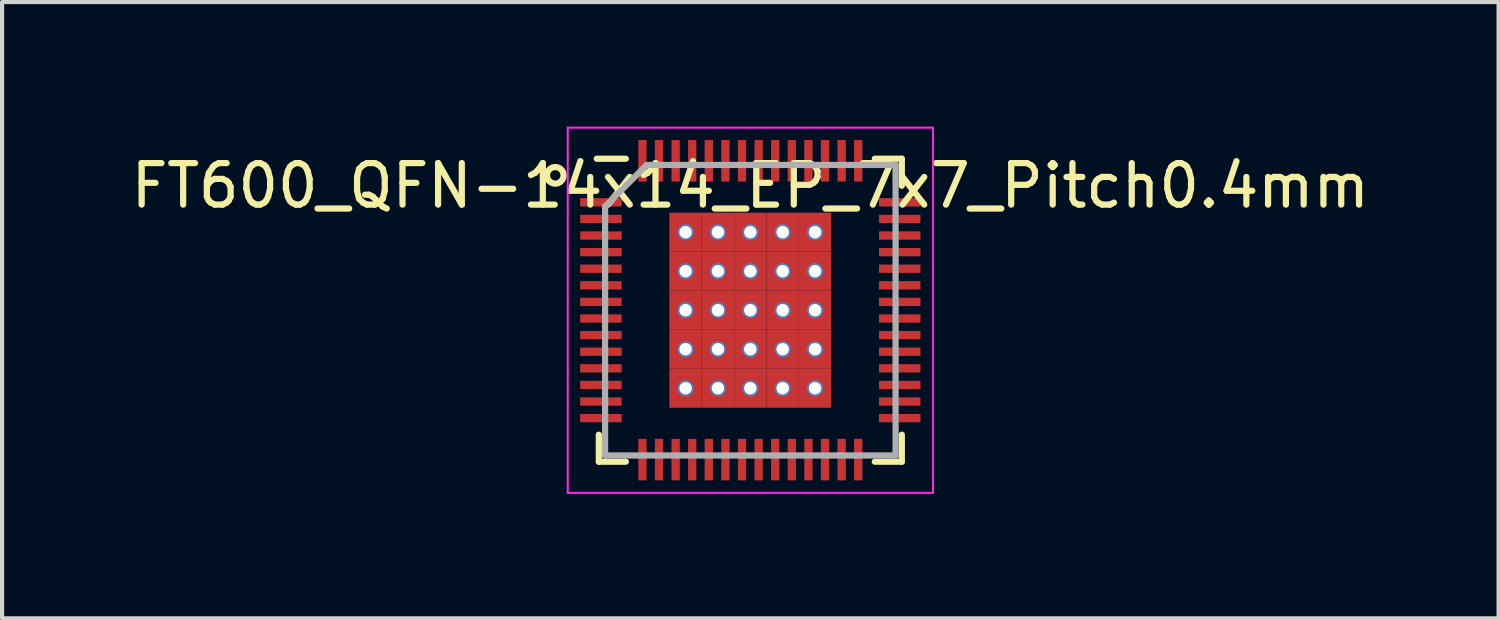
<source format=kicad_pcb>
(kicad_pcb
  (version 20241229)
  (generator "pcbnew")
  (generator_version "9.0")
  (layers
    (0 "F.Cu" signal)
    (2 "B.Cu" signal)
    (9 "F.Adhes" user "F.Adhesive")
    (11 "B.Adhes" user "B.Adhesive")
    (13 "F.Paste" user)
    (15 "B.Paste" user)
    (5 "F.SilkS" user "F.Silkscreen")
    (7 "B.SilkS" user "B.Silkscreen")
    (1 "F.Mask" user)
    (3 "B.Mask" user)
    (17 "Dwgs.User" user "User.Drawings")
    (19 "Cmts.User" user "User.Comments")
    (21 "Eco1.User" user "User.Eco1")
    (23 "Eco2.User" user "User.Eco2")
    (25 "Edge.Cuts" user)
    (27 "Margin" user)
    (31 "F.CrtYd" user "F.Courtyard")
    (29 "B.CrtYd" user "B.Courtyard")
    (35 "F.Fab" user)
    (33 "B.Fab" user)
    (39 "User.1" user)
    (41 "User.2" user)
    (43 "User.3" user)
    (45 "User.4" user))
  (footprint "FT600_QFN-14x14_EP_7x7_Pitch0.4mm"
    (layer "F.Cu")
    (at 15.03 4.425)
    (property "Reference" "FT600_QFN-14x14_EP_7x7_Pitch0.4mm" (at 0 -3 0) (layer "F.SilkS") (effects (font (size 1 1) (thickness 0.15))))
    (attr through_hole)
    (fp_line (start -3.65 3.65) (end -3.65 3) (stroke (width 0.15) (type default)) (layer "F.SilkS"))
    (fp_line (start -3 -3.65) (end -3.7 -3.65) (stroke (width 0.15) (type default)) (layer "F.SilkS"))
    (fp_line (start -3 3.65) (end -3.65 3.65) (stroke (width 0.15) (type default)) (layer "F.SilkS"))
    (fp_line (start 3 -3.65) (end 3.65 -3.65) (stroke (width 0.15) (type default)) (layer "F.SilkS"))
    (fp_line (start 3 3.65) (end 3.65 3.65) (stroke (width 0.15) (type default)) (layer "F.SilkS"))
    (fp_line (start 3.65 -3.65) (end 3.65 -3) (stroke (width 0.15) (type default)) (layer "F.SilkS"))
    (fp_line (start 3.65 3.65) (end 3.65 3) (stroke (width 0.15) (type default)) (layer "F.SilkS"))
    (fp_circle (center -4.7 -3.25) (end -4.7 -3.05) (stroke (width 0.15) (type default)) (fill no) (layer "F.SilkS"))
    (fp_line (start -4.4 -4.4) (end 4.4 -4.4) (stroke (width 0.05) (type default)) (layer "F.CrtYd"))
    (fp_line (start -4.4 4.4) (end -4.4 -4.4) (stroke (width 0.05) (type default)) (layer "F.CrtYd"))
    (fp_line (start 4.4 -4.4) (end 4.4 4.4) (stroke (width 0.05) (type default)) (layer "F.CrtYd"))
    (fp_line (start 4.4 4.4) (end -4.4 4.4) (stroke (width 0.05) (type default)) (layer "F.CrtYd"))
    (fp_line (start -3.5 -2.5) (end -3.5 3.5) (stroke (width 0.15) (type default)) (layer "F.Fab"))
    (fp_line (start -3.5 3.5) (end 3.5 3.5) (stroke (width 0.15) (type default)) (layer "F.Fab"))
    (fp_line (start -2.5 -3.5) (end -3.5 -2.5) (stroke (width 0.15) (type default)) (layer "F.Fab"))
    (fp_line (start 3.5 -3.5) (end -2.5 -3.5) (stroke (width 0.15) (type default)) (layer "F.Fab"))
    (fp_line (start 3.5 3.5) (end 3.5 -3.5) (stroke (width 0.15) (type default)) (layer "F.Fab"))
    (pad "1" smd rect (at -3.6 -2.6 90) (size 0.2 1) (layers "F.Cu" "F.Mask" "F.Paste"))
    (pad "2" smd rect (at -3.6 -2.2 90) (size 0.2 1) (layers "F.Cu" "F.Mask" "F.Paste"))
    (pad "3" smd rect (at -3.6 -1.8 90) (size 0.2 1) (layers "F.Cu" "F.Mask" "F.Paste"))
    (pad "4" smd rect (at -3.6 -1.4 90) (size 0.2 1) (layers "F.Cu" "F.Mask" "F.Paste"))
    (pad "5" smd rect (at -3.6 -1 90) (size 0.2 1) (layers "F.Cu" "F.Mask" "F.Paste"))
    (pad "6" smd rect (at -3.6 -0.6 90) (size 0.2 1) (layers "F.Cu" "F.Mask" "F.Paste"))
    (pad "7" smd rect (at -3.6 -0.2 90) (size 0.2 1) (layers "F.Cu" "F.Mask" "F.Paste"))
    (pad "8" smd rect (at -3.6 0.2 90) (size 0.2 1) (layers "F.Cu" "F.Mask" "F.Paste"))
    (pad "9" smd rect (at -3.6 0.6 90) (size 0.2 1) (layers "F.Cu" "F.Mask" "F.Paste"))
    (pad "10" smd rect (at -3.6 1 90) (size 0.2 1) (layers "F.Cu" "F.Mask" "F.Paste"))
    (pad "11" smd rect (at -3.6 1.4 90) (size 0.2 1) (layers "F.Cu" "F.Mask" "F.Paste"))
    (pad "12" smd rect (at -3.6 1.8 90) (size 0.2 1) (layers "F.Cu" "F.Mask" "F.Paste"))
    (pad "13" smd rect (at -3.6 2.2 90) (size 0.2 1) (layers "F.Cu" "F.Mask" "F.Paste"))
    (pad "14" smd rect (at -3.6 2.6 90) (size 0.2 1) (layers "F.Cu" "F.Mask" "F.Paste"))
    (pad "15" smd rect (at -2.6 3.6) (size 0.2 1) (layers "F.Cu" "F.Mask" "F.Paste"))
    (pad "16" smd rect (at -2.2 3.6) (size 0.2 1) (layers "F.Cu" "F.Mask" "F.Paste"))
    (pad "17" smd rect (at -1.8 3.6) (size 0.2 1) (layers "F.Cu" "F.Mask" "F.Paste"))
    (pad "18" smd rect (at -1.4 3.6) (size 0.2 1) (layers "F.Cu" "F.Mask" "F.Paste"))
    (pad "19" smd rect (at -1 3.6) (size 0.2 1) (layers "F.Cu" "F.Mask" "F.Paste"))
    (pad "20" smd rect (at -0.6 3.6) (size 0.2 1) (layers "F.Cu" "F.Mask" "F.Paste"))
    (pad "21" smd rect (at -0.2 3.6) (size 0.2 1) (layers "F.Cu" "F.Mask" "F.Paste"))
    (pad "22" smd rect (at 0.2 3.6) (size 0.2 1) (layers "F.Cu" "F.Mask" "F.Paste"))
    (pad "23" smd rect (at 0.6 3.6) (size 0.2 1) (layers "F.Cu" "F.Mask" "F.Paste"))
    (pad "24" smd rect (at 1 3.6) (size 0.2 1) (layers "F.Cu" "F.Mask" "F.Paste"))
    (pad "25" smd rect (at 1.4 3.6) (size 0.2 1) (layers "F.Cu" "F.Mask" "F.Paste"))
    (pad "26" smd rect (at 1.8 3.6) (size 0.2 1) (layers "F.Cu" "F.Mask" "F.Paste"))
    (pad "27" smd rect (at 2.2 3.6) (size 0.2 1) (layers "F.Cu" "F.Mask" "F.Paste"))
    (pad "28" smd rect (at 2.6 3.6) (size 0.2 1) (layers "F.Cu" "F.Mask" "F.Paste"))
    (pad "29" smd rect (at 3.6 2.6 90) (size 0.2 1) (layers "F.Cu" "F.Mask" "F.Paste"))
    (pad "30" smd rect (at 3.6 2.2 90) (size 0.2 1) (layers "F.Cu" "F.Mask" "F.Paste"))
    (pad "31" smd rect (at 3.6 1.8 90) (size 0.2 1) (layers "F.Cu" "F.Mask" "F.Paste"))
    (pad "32" smd rect (at 3.6 1.4 90) (size 0.2 1) (layers "F.Cu" "F.Mask" "F.Paste"))
    (pad "33" smd rect (at 3.6 1 90) (size 0.2 1) (layers "F.Cu" "F.Mask" "F.Paste"))
    (pad "34" smd rect (at 3.6 0.6 90) (size 0.2 1) (layers "F.Cu" "F.Mask" "F.Paste"))
    (pad "35" smd rect (at 3.6 0.2 90) (size 0.2 1) (layers "F.Cu" "F.Mask" "F.Paste"))
    (pad "36" smd rect (at 3.6 -0.2 90) (size 0.2 1) (layers "F.Cu" "F.Mask" "F.Paste"))
    (pad "37" smd rect (at 3.6 -0.6 90) (size 0.2 1) (layers "F.Cu" "F.Mask" "F.Paste"))
    (pad "38" smd rect (at 3.6 -1 90) (size 0.2 1) (layers "F.Cu" "F.Mask" "F.Paste"))
    (pad "39" smd rect (at 3.6 -1.4 90) (size 0.2 1) (layers "F.Cu" "F.Mask" "F.Paste"))
    (pad "40" smd rect (at 3.6 -1.8 90) (size 0.2 1) (layers "F.Cu" "F.Mask" "F.Paste"))
    (pad "41" smd rect (at 3.6 -2.2 90) (size 0.2 1) (layers "F.Cu" "F.Mask" "F.Paste"))
    (pad "42" smd rect (at 3.6 -2.6 90) (size 0.2 1) (layers "F.Cu" "F.Mask" "F.Paste"))
    (pad "43" smd rect (at 2.6 -3.6) (size 0.2 1) (layers "F.Cu" "F.Mask" "F.Paste"))
    (pad "44" smd rect (at 2.2 -3.6) (size 0.2 1) (layers "F.Cu" "F.Mask" "F.Paste"))
    (pad "45" smd rect (at 1.8 -3.6) (size 0.2 1) (layers "F.Cu" "F.Mask" "F.Paste"))
    (pad "46" smd rect (at 1.4 -3.6) (size 0.2 1) (layers "F.Cu" "F.Mask" "F.Paste"))
    (pad "47" smd rect (at 1 -3.6) (size 0.2 1) (layers "F.Cu" "F.Mask" "F.Paste"))
    (pad "48" smd rect (at 0.6 -3.6) (size 0.2 1) (layers "F.Cu" "F.Mask" "F.Paste"))
    (pad "49" smd rect (at 0.2 -3.6) (size 0.2 1) (layers "F.Cu" "F.Mask" "F.Paste"))
    (pad "50" smd rect (at -0.2 -3.6) (size 0.2 1) (layers "F.Cu" "F.Mask" "F.Paste"))
    (pad "51" smd rect (at -0.6 -3.6) (size 0.2 1) (layers "F.Cu" "F.Mask" "F.Paste"))
    (pad "52" smd rect (at -1 -3.6) (size 0.2 1) (layers "F.Cu" "F.Mask" "F.Paste"))
    (pad "53" smd rect (at -1.4 -3.6) (size 0.2 1) (layers "F.Cu" "F.Mask" "F.Paste"))
    (pad "54" smd rect (at -1.8 -3.6) (size 0.2 1) (layers "F.Cu" "F.Mask" "F.Paste"))
    (pad "55" smd rect (at -2.2 -3.6) (size 0.2 1) (layers "F.Cu" "F.Mask" "F.Paste"))
    (pad "56" smd rect (at -2.6 -3.6) (size 0.2 1) (layers "F.Cu" "F.Mask" "F.Paste"))
    (pad "57" thru_hole circle (at -1.56 -1.88) (size 0.39 0.39) (drill 0.3) (layers "*.Cu" "*.Mask"))
    (pad "57" smd rect (at -1.56 -1.88) (size 0.78 0.94) (layers "F.Cu" "F.Mask" "F.Paste"))
    (pad "57" thru_hole circle (at -1.56 -0.94) (size 0.39 0.39) (drill 0.3) (layers "*.Cu" "*.Mask"))
    (pad "57" smd rect (at -1.56 -0.94) (size 0.78 0.94) (layers "F.Cu" "F.Mask" "F.Paste"))
    (pad "57" thru_hole circle (at -1.56 0) (size 0.39 0.39) (drill 0.3) (layers "*.Cu" "*.Mask"))
    (pad "57" smd rect (at -1.56 0) (size 0.78 0.94) (layers "F.Cu" "F.Mask" "F.Paste"))
    (pad "57" thru_hole circle (at -1.56 0.94) (size 0.39 0.39) (drill 0.3) (layers "*.Cu" "*.Mask"))
    (pad "57" smd rect (at -1.56 0.94) (size 0.78 0.94) (layers "F.Cu" "F.Mask" "F.Paste"))
    (pad "57" thru_hole circle (at -1.56 1.88) (size 0.39 0.39) (drill 0.3) (layers "*.Cu" "*.Mask"))
    (pad "57" smd rect (at -1.56 1.88) (size 0.78 0.94) (layers "F.Cu" "F.Mask" "F.Paste"))
    (pad "57" thru_hole circle (at -0.78 -1.88) (size 0.39 0.39) (drill 0.3) (layers "*.Cu" "*.Mask"))
    (pad "57" smd rect (at -0.78 -1.88) (size 0.78 0.94) (layers "F.Cu" "F.Mask" "F.Paste"))
    (pad "57" thru_hole circle (at -0.78 -0.94) (size 0.39 0.39) (drill 0.3) (layers "*.Cu" "*.Mask"))
    (pad "57" smd rect (at -0.78 -0.94) (size 0.78 0.94) (layers "F.Cu" "F.Mask" "F.Paste"))
    (pad "57" thru_hole circle (at -0.78 0) (size 0.39 0.39) (drill 0.3) (layers "*.Cu" "*.Mask"))
    (pad "57" smd rect (at -0.78 0) (size 0.78 0.94) (layers "F.Cu" "F.Mask" "F.Paste"))
    (pad "57" thru_hole circle (at -0.78 0.94) (size 0.39 0.39) (drill 0.3) (layers "*.Cu" "*.Mask"))
    (pad "57" smd rect (at -0.78 0.94) (size 0.78 0.94) (layers "F.Cu" "F.Mask" "F.Paste"))
    (pad "57" thru_hole circle (at -0.78 1.88) (size 0.39 0.39) (drill 0.3) (layers "*.Cu" "*.Mask"))
    (pad "57" smd rect (at -0.78 1.88) (size 0.78 0.94) (layers "F.Cu" "F.Mask" "F.Paste"))
    (pad "57" thru_hole circle (at 0 -1.88) (size 0.39 0.39) (drill 0.3) (layers "*.Cu" "*.Mask"))
    (pad "57" smd rect (at 0 -1.88) (size 0.78 0.94) (layers "F.Cu" "F.Mask" "F.Paste"))
    (pad "57" thru_hole circle (at 0 -0.94) (size 0.39 0.39) (drill 0.3) (layers "*.Cu" "*.Mask"))
    (pad "57" smd rect (at 0 -0.94) (size 0.78 0.94) (layers "F.Cu" "F.Mask" "F.Paste"))
    (pad "57" thru_hole circle (at 0 0) (size 0.39 0.39) (drill 0.3) (layers "*.Cu" "*.Mask"))
    (pad "57" smd rect (at 0 0) (size 0.78 0.94) (layers "F.Cu" "F.Mask" "F.Paste"))
    (pad "57" thru_hole circle (at 0 0.94) (size 0.39 0.39) (drill 0.3) (layers "*.Cu" "*.Mask"))
    (pad "57" smd rect (at 0 0.94) (size 0.78 0.94) (layers "F.Cu" "F.Mask" "F.Paste"))
    (pad "57" thru_hole circle (at 0 1.88) (size 0.39 0.39) (drill 0.3) (layers "*.Cu" "*.Mask"))
    (pad "57" smd rect (at 0 1.88) (size 0.78 0.94) (layers "F.Cu" "F.Mask" "F.Paste"))
    (pad "57" thru_hole circle (at 0.78 -1.88) (size 0.39 0.39) (drill 0.3) (layers "*.Cu" "*.Mask"))
    (pad "57" smd rect (at 0.78 -1.88) (size 0.78 0.94) (layers "F.Cu" "F.Mask" "F.Paste"))
    (pad "57" thru_hole circle (at 0.78 -0.94) (size 0.39 0.39) (drill 0.3) (layers "*.Cu" "*.Mask"))
    (pad "57" smd rect (at 0.78 -0.94) (size 0.78 0.94) (layers "F.Cu" "F.Mask" "F.Paste"))
    (pad "57" thru_hole circle (at 0.78 0) (size 0.39 0.39) (drill 0.3) (layers "*.Cu" "*.Mask"))
    (pad "57" smd rect (at 0.78 0) (size 0.78 0.94) (layers "F.Cu" "F.Mask" "F.Paste"))
    (pad "57" thru_hole circle (at 0.78 0.94) (size 0.39 0.39) (drill 0.3) (layers "*.Cu" "*.Mask"))
    (pad "57" smd rect (at 0.78 0.94) (size 0.78 0.94) (layers "F.Cu" "F.Mask" "F.Paste"))
    (pad "57" thru_hole circle (at 0.78 1.88) (size 0.39 0.39) (drill 0.3) (layers "*.Cu" "*.Mask"))
    (pad "57" smd rect (at 0.78 1.88) (size 0.78 0.94) (layers "F.Cu" "F.Mask" "F.Paste"))
    (pad "57" thru_hole circle (at 1.56 -1.88) (size 0.39 0.39) (drill 0.3) (layers "*.Cu" "*.Mask"))
    (pad "57" smd rect (at 1.56 -1.88) (size 0.78 0.94) (layers "F.Cu" "F.Mask" "F.Paste"))
    (pad "57" thru_hole circle (at 1.56 -0.94) (size 0.39 0.39) (drill 0.3) (layers "*.Cu" "*.Mask"))
    (pad "57" smd rect (at 1.56 -0.94) (size 0.78 0.94) (layers "F.Cu" "F.Mask" "F.Paste"))
    (pad "57" thru_hole circle (at 1.56 0) (size 0.39 0.39) (drill 0.3) (layers "*.Cu" "*.Mask"))
    (pad "57" smd rect (at 1.56 0) (size 0.78 0.94) (layers "F.Cu" "F.Mask" "F.Paste"))
    (pad "57" thru_hole circle (at 1.56 0.94) (size 0.39 0.39) (drill 0.3) (layers "*.Cu" "*.Mask"))
    (pad "57" smd rect (at 1.56 0.94) (size 0.78 0.94) (layers "F.Cu" "F.Mask" "F.Paste"))
    (pad "57" thru_hole circle (at 1.56 1.88) (size 0.39 0.39) (drill 0.3) (layers "*.Cu" "*.Mask"))
    (pad "57" smd rect (at 1.56 1.88) (size 0.78 0.94) (layers "F.Cu" "F.Mask" "F.Paste")))
  (gr_rect
    (start -3 -3)
    (end 33.06 11.85)
    (stroke (width 0.1) (type default))
    (fill no)
    (layer "Edge.Cuts")))
</source>
